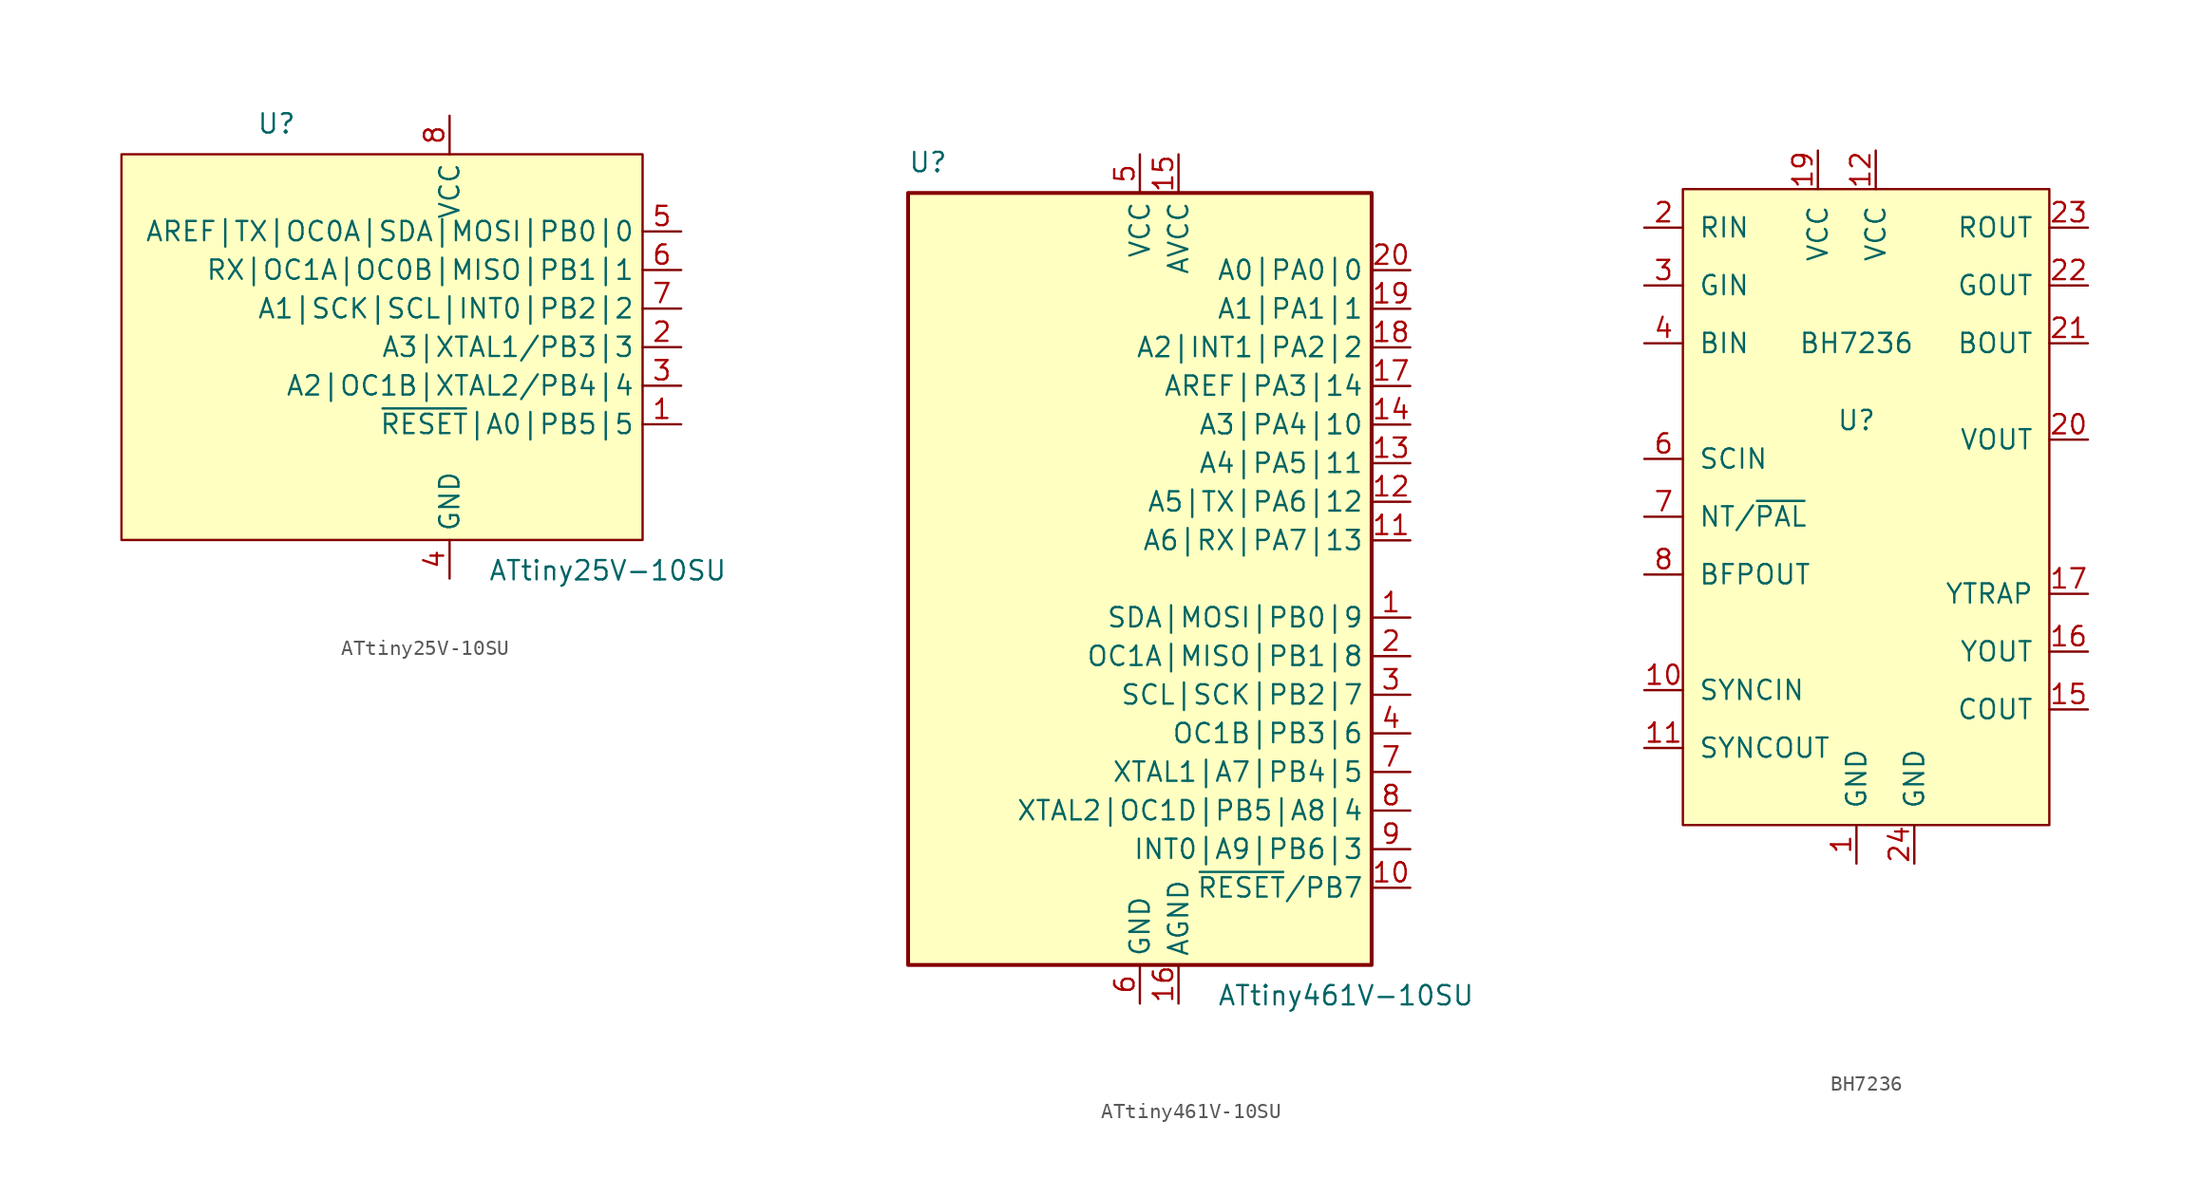
<source format=kicad_sym>
(kicad_symbol_lib
  (version 20241209)
  (generator "kicad_symbol_editor")
  (generator_version "9.0")
  (symbol "ATtiny25V-10SU"
    (property "Reference" "U"
      (at -12.7 13.97 0)
      (effects (font (size 1.27 1.27)) (justify left bottom)))
    (property "Value" "ATtiny25V-10SU"
      (at 2.54 -13.97 0)
      (effects (font (size 1.27 1.27)) (justify left top)))
    (symbol "ATtiny25V-10SU_0_1"
      (rectangle (start -21.59 12.7) (end 12.7 -12.7) (stroke (width 0) (type solid)) (fill (type background))))
    (symbol "ATtiny25V-10SU_1_1"
      (pin power_in line (at 0 15.24 270) (length 2.54) (name "VCC" (effects (font (size 1.27 1.27)))) (number "8" (effects (font (size 1.27 1.27)))))
      (pin power_in line (at 0 -15.24 90) (length 2.54) (name "GND" (effects (font (size 1.27 1.27)))) (number "4" (effects (font (size 1.27 1.27)))))
      (pin bidirectional line (at 15.24 7.62 180) (length 2.54) (name "AREF|TX|OC0A|SDA|MOSI|PB0|0" (effects (font (size 1.27 1.27)))) (number "5" (effects (font (size 1.27 1.27)))))
      (pin bidirectional line (at 15.24 5.08 180) (length 2.54) (name "RX|OC1A|OC0B|MISO|PB1|1" (effects (font (size 1.27 1.27)))) (number "6" (effects (font (size 1.27 1.27)))))
      (pin bidirectional line (at 15.24 2.54 180) (length 2.54) (name "A1|SCK|SCL|INT0|PB2|2" (effects (font (size 1.27 1.27)))) (number "7" (effects (font (size 1.27 1.27)))))
      (pin bidirectional line (at 15.24 0 180) (length 2.54) (name "A3|XTAL1/PB3|3" (effects (font (size 1.27 1.27)))) (number "2" (effects (font (size 1.27 1.27)))))
      (pin bidirectional line (at 15.24 -2.54 180) (length 2.54) (name "A2|OC1B|XTAL2/PB4|4" (effects (font (size 1.27 1.27)))) (number "3" (effects (font (size 1.27 1.27)))))
      (pin bidirectional line (at 15.24 -5.08 180) (length 2.54) (name "~{RESET}|A0|PB5|5" (effects (font (size 1.27 1.27)))) (number "1" (effects (font (size 1.27 1.27)))))))
  (symbol "ATtiny461V-10SU"
    (property "Reference" "U"
      (at -15.24 26.67 0)
      (effects (font (size 1.27 1.27)) (justify left bottom)))
    (property "Value" "ATtiny461V-10SU"
      (at 5.08 -26.67 0)
      (effects (font (size 1.27 1.27)) (justify left top)))
    (symbol "ATtiny461V-10SU_0_1"
      (rectangle (start -15.24 -25.4) (end 15.24 25.4) (stroke (width 0.254) (type solid)) (fill (type background))))
    (symbol "ATtiny461V-10SU_1_1"
      (pin power_in line (at 0 27.94 270) (length 2.54) (name "VCC" (effects (font (size 1.27 1.27)))) (number "5" (effects (font (size 1.27 1.27)))))
      (pin power_in line (at 0 -27.94 90) (length 2.54) (name "GND" (effects (font (size 1.27 1.27)))) (number "6" (effects (font (size 1.27 1.27)))))
      (pin power_in line (at 2.54 27.94 270) (length 2.54) (name "AVCC" (effects (font (size 1.27 1.27)))) (number "15" (effects (font (size 1.27 1.27)))))
      (pin power_in line (at 2.54 -27.94 90) (length 2.54) (name "AGND" (effects (font (size 1.27 1.27)))) (number "16" (effects (font (size 1.27 1.27)))))
      (pin bidirectional line (at 17.78 20.32 180) (length 2.54) (name "A0|PA0|0" (effects (font (size 1.27 1.27)))) (number "20" (effects (font (size 1.27 1.27)))))
      (pin bidirectional line (at 17.78 17.78 180) (length 2.54) (name "A1|PA1|1" (effects (font (size 1.27 1.27)))) (number "19" (effects (font (size 1.27 1.27)))))
      (pin bidirectional line (at 17.78 15.24 180) (length 2.54) (name "A2|INT1|PA2|2" (effects (font (size 1.27 1.27)))) (number "18" (effects (font (size 1.27 1.27)))))
      (pin bidirectional line (at 17.78 12.7 180) (length 2.54) (name "AREF|PA3|14" (effects (font (size 1.27 1.27)))) (number "17" (effects (font (size 1.27 1.27)))))
      (pin bidirectional line (at 17.78 10.16 180) (length 2.54) (name "A3|PA4|10" (effects (font (size 1.27 1.27)))) (number "14" (effects (font (size 1.27 1.27)))))
      (pin bidirectional line (at 17.78 7.62 180) (length 2.54) (name "A4|PA5|11" (effects (font (size 1.27 1.27)))) (number "13" (effects (font (size 1.27 1.27)))))
      (pin bidirectional line (at 17.78 5.08 180) (length 2.54) (name "A5|TX|PA6|12" (effects (font (size 1.27 1.27)))) (number "12" (effects (font (size 1.27 1.27)))))
      (pin bidirectional line (at 17.78 2.54 180) (length 2.54) (name "A6|RX|PA7|13" (effects (font (size 1.27 1.27)))) (number "11" (effects (font (size 1.27 1.27)))))
      (pin bidirectional line (at 17.78 -2.54 180) (length 2.54) (name "SDA|MOSI|PB0|9" (effects (font (size 1.27 1.27)))) (number "1" (effects (font (size 1.27 1.27)))))
      (pin bidirectional line (at 17.78 -5.08 180) (length 2.54) (name "OC1A|MISO|PB1|8" (effects (font (size 1.27 1.27)))) (number "2" (effects (font (size 1.27 1.27)))))
      (pin bidirectional line (at 17.78 -7.62 180) (length 2.54) (name "SCL|SCK|PB2|7" (effects (font (size 1.27 1.27)))) (number "3" (effects (font (size 1.27 1.27)))))
      (pin bidirectional line (at 17.78 -10.16 180) (length 2.54) (name "OC1B|PB3|6" (effects (font (size 1.27 1.27)))) (number "4" (effects (font (size 1.27 1.27)))))
      (pin bidirectional line (at 17.78 -12.7 180) (length 2.54) (name "XTAL1|A7|PB4|5" (effects (font (size 1.27 1.27)))) (number "7" (effects (font (size 1.27 1.27)))))
      (pin bidirectional line (at 17.78 -15.24 180) (length 2.54) (name "XTAL2|OC1D|PB5|A8|4" (effects (font (size 1.27 1.27)))) (number "8" (effects (font (size 1.27 1.27)))))
      (pin bidirectional line (at 17.78 -17.78 180) (length 2.54) (name "INT0|A9|PB6|3" (effects (font (size 1.27 1.27)))) (number "9" (effects (font (size 1.27 1.27)))))
      (pin bidirectional line (at 17.78 -20.32 180) (length 2.54) (name "~{RESET}/PB7" (effects (font (size 1.27 1.27)))) (number "10" (effects (font (size 1.27 1.27)))))))
  (symbol "BH7236"
    (pin_names
      (offset 1.016))
    (property "Reference" "U"
      (at -3.81 8.89 0)
      (effects (font (size 1.27 1.27))))
    (property "Value" "BH7236"
      (at -3.81 13.97 0)
      (effects (font (size 1.27 1.27))))
    (symbol "BH7236_0_1"
      (rectangle (start -15.24 24.13) (end 8.89 -17.78) (stroke (width 0) (type solid)) (fill (type background))))
    (symbol "BH7236_1_1"
      (pin input line (at -17.78 21.59 0) (length 2.54) (name "RIN" (effects (font (size 1.27 1.27)))) (number "2" (effects (font (size 1.27 1.27)))))
      (pin input line (at -17.78 17.78 0) (length 2.54) (name "GIN" (effects (font (size 1.27 1.27)))) (number "3" (effects (font (size 1.27 1.27)))))
      (pin input line (at -17.78 13.97 0) (length 2.54) (name "BIN" (effects (font (size 1.27 1.27)))) (number "4" (effects (font (size 1.27 1.27)))))
      (pin input line (at -17.78 10.16 0) (length 2.54) (hide yes) (name "NC" (effects (font (size 1.27 1.27)))) (number "5" (effects (font (size 1.27 1.27)))))
      (pin input line (at -17.78 6.35 0) (length 2.54) (name "SCIN" (effects (font (size 1.27 1.27)))) (number "6" (effects (font (size 1.27 1.27)))))
      (pin input line (at -17.78 2.54 0) (length 2.54) (name "NT/~{PAL}" (effects (font (size 1.27 1.27)))) (number "7" (effects (font (size 1.27 1.27)))))
      (pin input line (at -17.78 -1.27 0) (length 2.54) (name "BFPOUT" (effects (font (size 1.27 1.27)))) (number "8" (effects (font (size 1.27 1.27)))))
      (pin input line (at -17.78 -5.08 0) (length 2.54) (hide yes) (name "NC" (effects (font (size 1.27 1.27)))) (number "9" (effects (font (size 1.27 1.27)))))
      (pin input line (at -17.78 -8.89 0) (length 2.54) (name "SYNCIN" (effects (font (size 1.27 1.27)))) (number "10" (effects (font (size 1.27 1.27)))))
      (pin input line (at -17.78 -12.7 0) (length 2.54) (name "SYNCOUT" (effects (font (size 1.27 1.27)))) (number "11" (effects (font (size 1.27 1.27)))))
      (pin input line (at -17.78 -25.4 0) (length 2.54) (hide yes) (name "NC" (effects (font (size 1.27 1.27)))) (number "13" (effects (font (size 1.27 1.27)))))
      (pin input line (at -17.78 -27.94 0) (length 2.54) (hide yes) (name "NC" (effects (font (size 1.27 1.27)))) (number "14" (effects (font (size 1.27 1.27)))))
      (pin input line (at -6.35 26.67 270) (length 2.54) (name "VCC" (effects (font (size 1.27 1.27)))) (number "19" (effects (font (size 1.27 1.27)))))
      (pin input line (at -3.81 -20.32 90) (length 2.54) (name "GND" (effects (font (size 1.27 1.27)))) (number "1" (effects (font (size 1.27 1.27)))))
      (pin input line (at -2.54 26.67 270) (length 2.54) (name "VCC" (effects (font (size 1.27 1.27)))) (number "12" (effects (font (size 1.27 1.27)))))
      (pin input line (at 0 -20.32 90) (length 2.54) (name "GND" (effects (font (size 1.27 1.27)))) (number "24" (effects (font (size 1.27 1.27)))))
      (pin input line (at 11.43 21.59 180) (length 2.54) (name "ROUT" (effects (font (size 1.27 1.27)))) (number "23" (effects (font (size 1.27 1.27)))))
      (pin input line (at 11.43 17.78 180) (length 2.54) (name "GOUT" (effects (font (size 1.27 1.27)))) (number "22" (effects (font (size 1.27 1.27)))))
      (pin input line (at 11.43 13.97 180) (length 2.54) (name "BOUT" (effects (font (size 1.27 1.27)))) (number "21" (effects (font (size 1.27 1.27)))))
      (pin input line (at 11.43 7.62 180) (length 2.54) (name "VOUT" (effects (font (size 1.27 1.27)))) (number "20" (effects (font (size 1.27 1.27)))))
      (pin input line (at 11.43 1.27 180) (length 2.54) (hide yes) (name "NC" (effects (font (size 1.27 1.27)))) (number "18" (effects (font (size 1.27 1.27)))))
      (pin input line (at 11.43 -2.54 180) (length 2.54) (name "YTRAP" (effects (font (size 1.27 1.27)))) (number "17" (effects (font (size 1.27 1.27)))))
      (pin input line (at 11.43 -6.35 180) (length 2.54) (name "YOUT" (effects (font (size 1.27 1.27)))) (number "16" (effects (font (size 1.27 1.27)))))
      (pin input line (at 11.43 -10.16 180) (length 2.54) (name "COUT" (effects (font (size 1.27 1.27)))) (number "15" (effects (font (size 1.27 1.27))))))))
</source>
